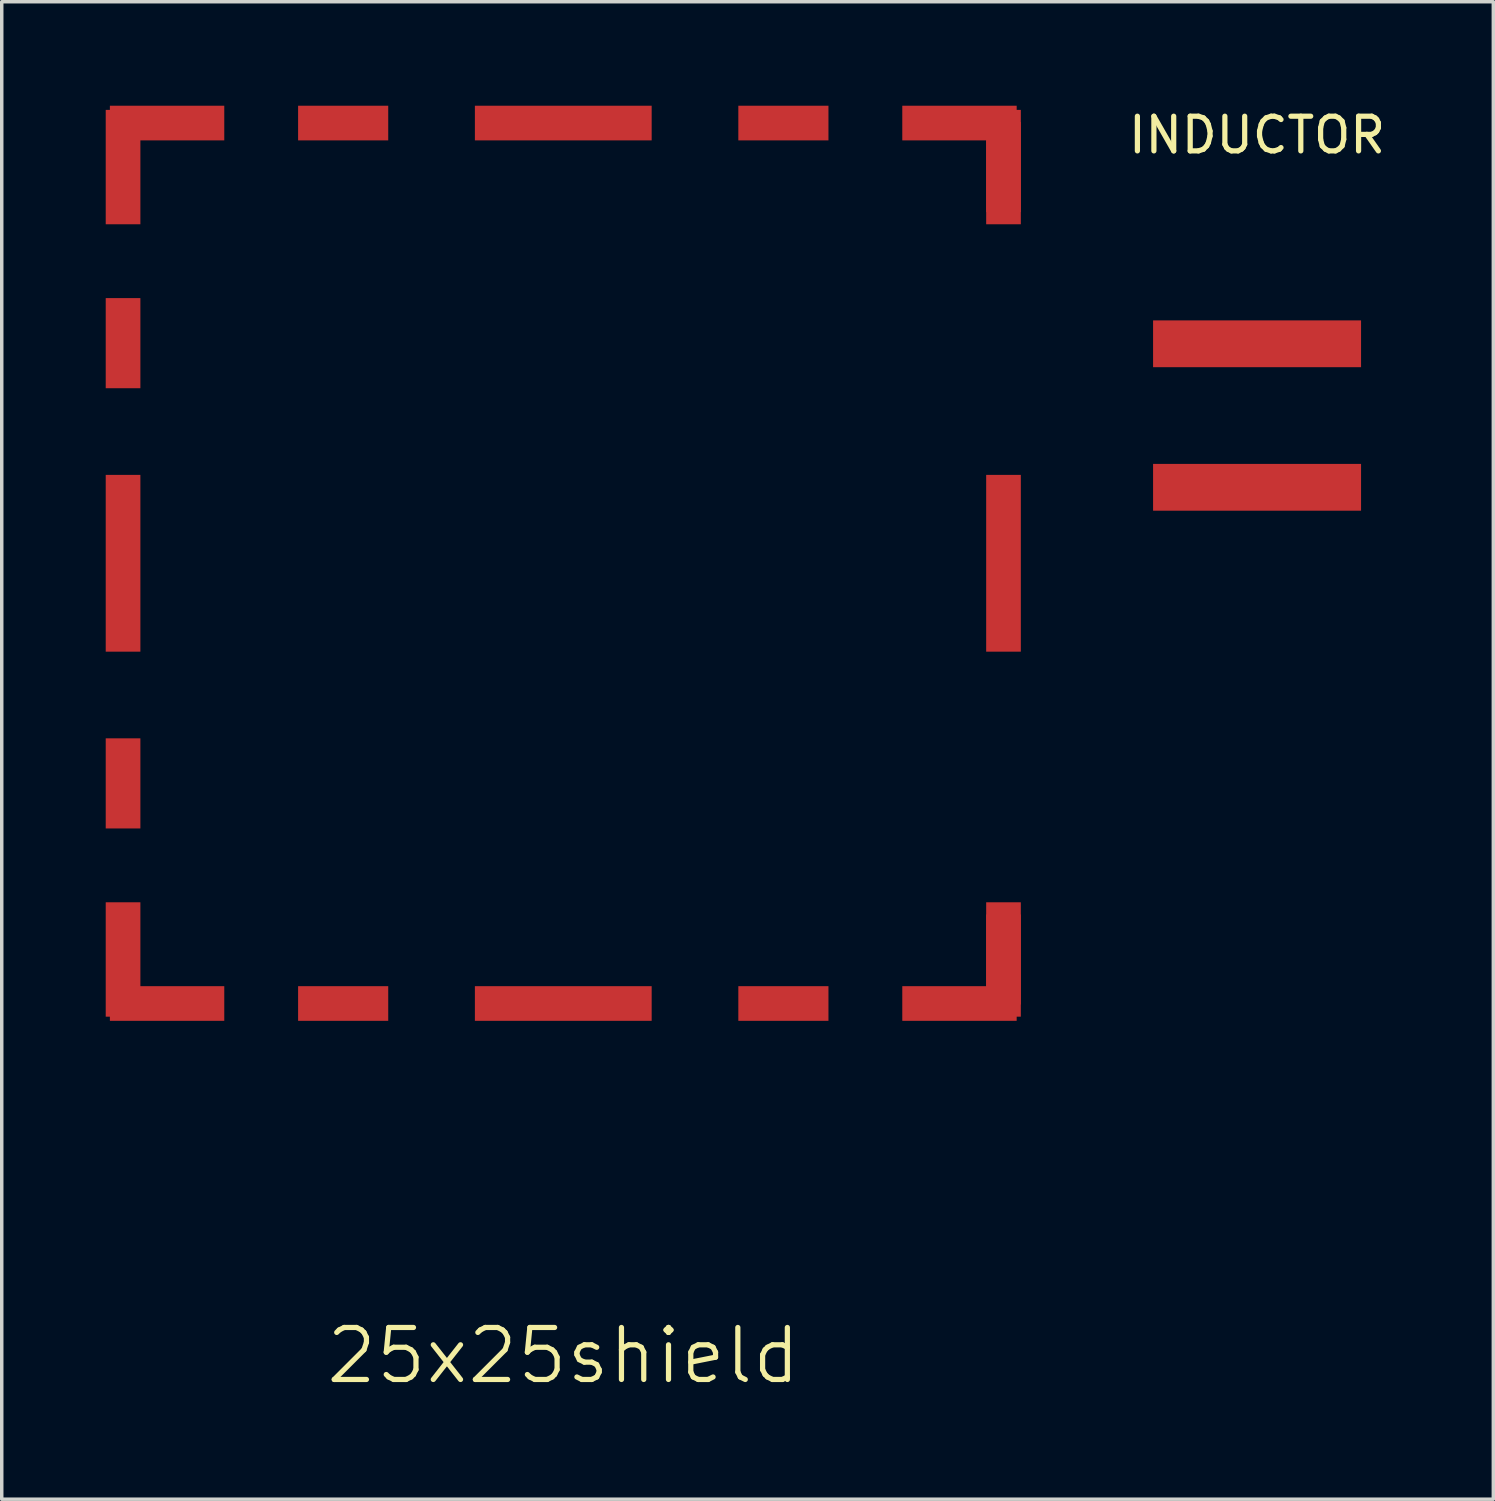
<source format=kicad_pcb>
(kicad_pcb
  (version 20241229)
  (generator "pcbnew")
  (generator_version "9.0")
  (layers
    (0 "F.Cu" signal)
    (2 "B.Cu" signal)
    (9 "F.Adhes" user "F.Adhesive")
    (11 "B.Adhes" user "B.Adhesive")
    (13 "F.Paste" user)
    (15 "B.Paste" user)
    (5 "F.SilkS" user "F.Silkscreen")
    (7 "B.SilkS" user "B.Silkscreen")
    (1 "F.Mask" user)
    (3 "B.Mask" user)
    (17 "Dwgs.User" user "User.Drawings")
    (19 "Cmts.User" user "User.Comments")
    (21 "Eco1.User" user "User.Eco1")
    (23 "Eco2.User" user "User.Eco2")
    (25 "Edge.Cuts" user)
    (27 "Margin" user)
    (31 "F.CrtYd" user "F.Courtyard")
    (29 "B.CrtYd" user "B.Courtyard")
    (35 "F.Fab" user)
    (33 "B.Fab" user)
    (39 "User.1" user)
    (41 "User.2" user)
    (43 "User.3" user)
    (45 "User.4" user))
  (footprint "INDUCTOR"
    (layer "F.Cu")
    (at 33.215 8.468)
    (property "Reference" "INDUCTOR" (at 0 -7.62 0) (layer "F.SilkS") (effects (font (size 1 1) (thickness 0.15))))
    (attr through_hole)
    (pad "1" smd rect (at 0 2.54) (size 6 1.35) (layers "F.Cu" "F.Mask" "F.Paste"))
    (pad "2" smd rect (at 0 -1.6) (size 6 1.35) (layers "F.Cu" "F.Mask" "F.Paste")))
  (footprint "25x25shield"
    (layer "F.Cu")
    (at 13.2 13.2)
    (property "Reference" "25x25shield" (at 0 22.86 0) (layer "F.SilkS") (effects (font (size 1.5 1.5) (thickness 0.15))))
    (attr through_hole)
    (pad "1" smd rect (at -12.7 -11.43) (size 1 3.3) (layers "F.Cu" "F.Mask" "F.Paste"))
    (pad "1" smd rect (at -12.7 -6.35) (size 1 2.6) (layers "F.Cu" "F.Mask" "F.Paste"))
    (pad "1" smd rect (at -12.7 0) (size 1 5.1) (layers "F.Cu" "F.Mask" "F.Paste"))
    (pad "1" smd rect (at -12.7 6.35) (size 1 2.6) (layers "F.Cu" "F.Mask" "F.Paste"))
    (pad "1" smd rect (at -12.7 11.43) (size 1 3.3) (layers "F.Cu" "F.Mask" "F.Paste"))
    (pad "1" smd rect (at -11.43 -12.7) (size 3.3 1) (layers "F.Cu" "F.Mask" "F.Paste"))
    (pad "1" smd rect (at -11.43 12.7) (size 3.3 1) (layers "F.Cu" "F.Mask" "F.Paste"))
    (pad "1" smd rect (at -6.35 -12.7) (size 2.6 1) (layers "F.Cu" "F.Mask" "F.Paste"))
    (pad "1" smd rect (at -6.35 12.7) (size 2.6 1) (layers "F.Cu" "F.Mask" "F.Paste"))
    (pad "1" smd rect (at 0 -12.7) (size 5.1 1) (layers "F.Cu" "F.Mask" "F.Paste"))
    (pad "1" smd rect (at 0 12.7) (size 5.1 1) (layers "F.Cu" "F.Mask" "F.Paste"))
    (pad "1" smd rect (at 6.35 -12.7) (size 2.6 1) (layers "F.Cu" "F.Mask" "F.Paste"))
    (pad "1" smd rect (at 6.35 12.7) (size 2.6 1) (layers "F.Cu" "F.Mask" "F.Paste"))
    (pad "1" smd rect (at 11.43 -12.7) (size 3.3 1) (layers "F.Cu" "F.Mask" "F.Paste"))
    (pad "1" smd rect (at 11.43 12.7) (size 3.3 1) (layers "F.Cu" "F.Mask" "F.Paste"))
    (pad "1" smd rect (at 12.7 -11.43) (size 1 2.6) (layers "F.Cu" "F.Mask" "F.Paste"))
    (pad "1" smd rect (at 12.7 -11.43) (size 1 3.3) (layers "F.Cu" "F.Mask" "F.Paste"))
    (pad "1" smd rect (at 12.7 0) (size 1 5.1) (layers "F.Cu" "F.Mask" "F.Paste"))
    (pad "1" smd rect (at 12.7 11.43) (size 1 2.6) (layers "F.Cu" "F.Mask" "F.Paste"))
    (pad "1" smd rect (at 12.7 11.43) (size 1 3.3) (layers "F.Cu" "F.Mask" "F.Paste")))
  (gr_rect
    (start -3 -3)
    (end 40.031 40.201)
    (stroke (width 0.1) (type default))
    (fill no)
    (layer "Edge.Cuts")))
</source>
